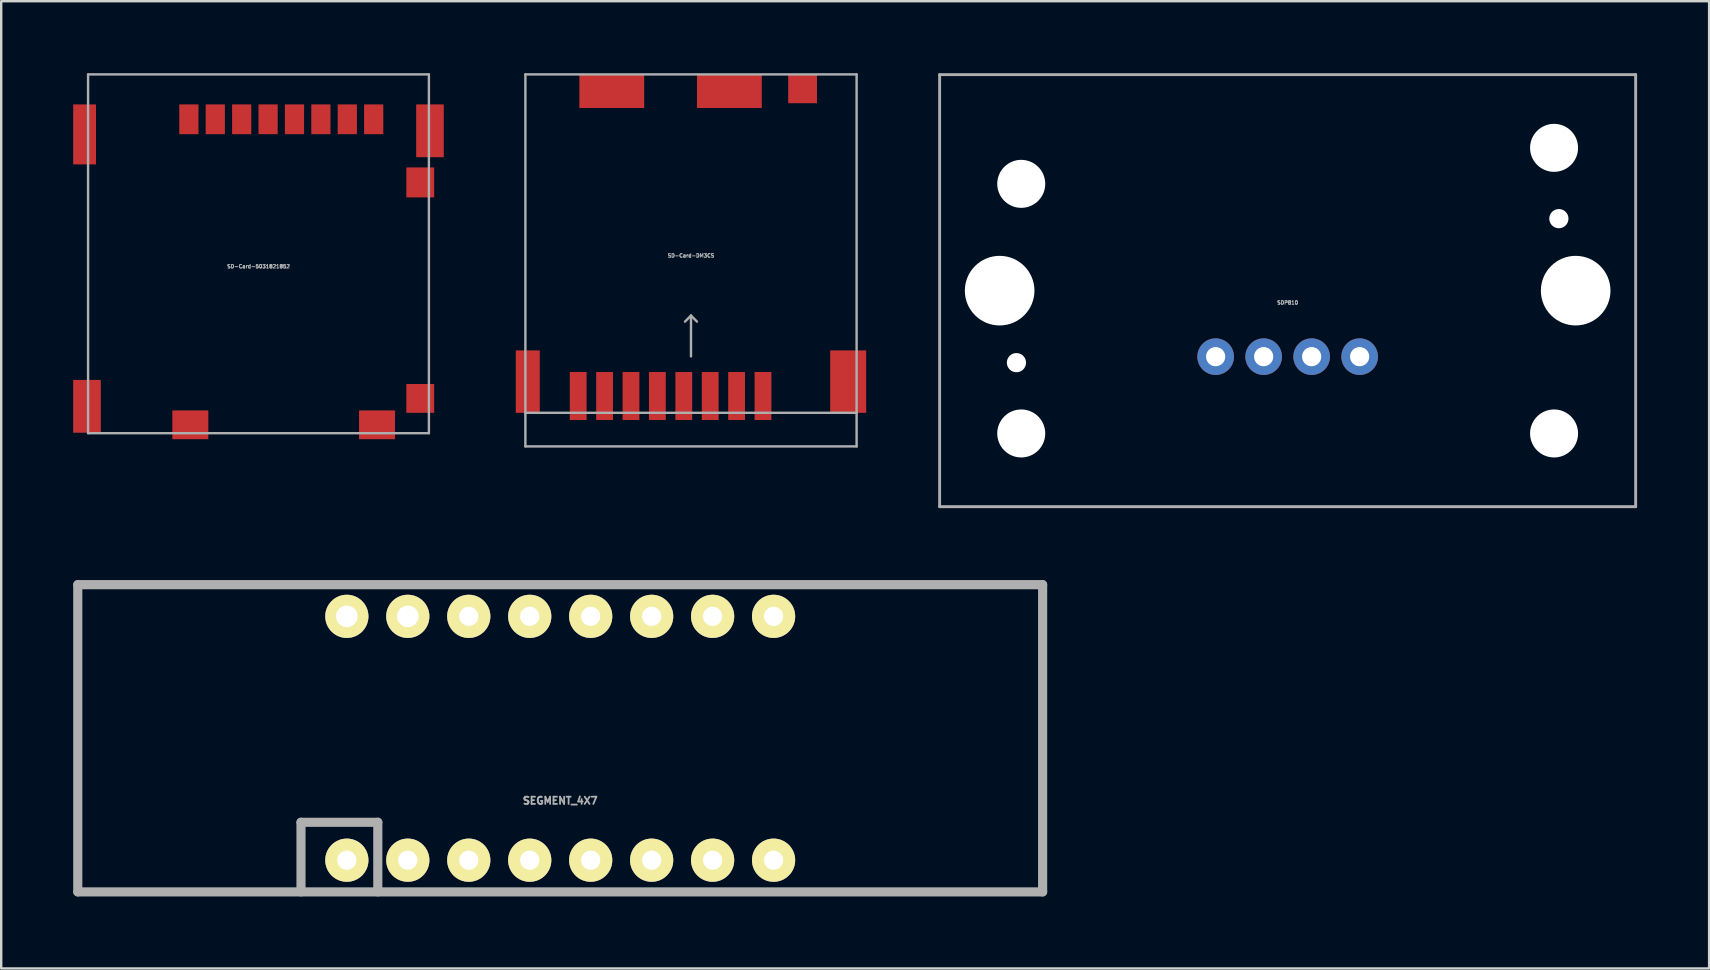
<source format=kicad_pcb>
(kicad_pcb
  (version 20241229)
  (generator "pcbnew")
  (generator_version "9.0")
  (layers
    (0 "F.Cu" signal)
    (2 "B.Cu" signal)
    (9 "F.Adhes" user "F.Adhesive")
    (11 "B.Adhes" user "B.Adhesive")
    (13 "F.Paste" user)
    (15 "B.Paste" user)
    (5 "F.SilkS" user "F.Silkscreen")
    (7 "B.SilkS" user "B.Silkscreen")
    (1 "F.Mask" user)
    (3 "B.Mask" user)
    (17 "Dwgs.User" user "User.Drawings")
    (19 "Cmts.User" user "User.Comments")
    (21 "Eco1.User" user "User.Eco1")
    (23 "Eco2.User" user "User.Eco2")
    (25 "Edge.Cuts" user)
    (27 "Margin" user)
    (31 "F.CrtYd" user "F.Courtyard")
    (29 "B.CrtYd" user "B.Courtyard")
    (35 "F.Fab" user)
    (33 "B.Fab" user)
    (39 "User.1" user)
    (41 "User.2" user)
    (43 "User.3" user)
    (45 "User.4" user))
  (footprint "SD-Card-5031821852"
    (layer "F.Cu")
    (at 7.72 7.55)
    (property "Reference" "SD-Card-5031821852" (at 0 0.5 0) (layer "F.Fab") (effects (font (size 0.15 0.15) (thickness 0.037))))
    (attr through_hole)
    (fp_line (start -7.1 -7.5) (end 7.1 -7.5) (stroke (width 0.1) (type solid)) (layer "F.Fab"))
    (fp_line (start -7.1 7.45) (end -7.1 -7.5) (stroke (width 0.1) (type solid)) (layer "F.Fab"))
    (fp_line (start -7.1 7.45) (end 7.1 7.45) (stroke (width 0.1) (type solid)) (layer "F.Fab"))
    (fp_line (start 7.1 7.45) (end 7.1 -7.5) (stroke (width 0.1) (type solid)) (layer "F.Fab"))
    (pad "" smd rect (at 6.74 -3) (size 1.16 1.25) (layers "F.Cu" "F.Mask" "F.Paste"))
    (pad "" smd rect (at 6.74 6) (size 1.16 1.2) (layers "F.Cu" "F.Mask" "F.Paste"))
    (pad "1" smd rect (at -2.9 -5.63) (size 0.8 1.24) (layers "F.Cu" "F.Mask" "F.Paste"))
    (pad "2" smd rect (at -1.8 -5.63) (size 0.8 1.24) (layers "F.Cu" "F.Mask" "F.Paste"))
    (pad "3" smd rect (at -0.7 -5.63) (size 0.8 1.24) (layers "F.Cu" "F.Mask" "F.Paste"))
    (pad "4" smd rect (at 0.4 -5.63) (size 0.8 1.24) (layers "F.Cu" "F.Mask" "F.Paste"))
    (pad "5" smd rect (at 1.5 -5.63) (size 0.8 1.24) (layers "F.Cu" "F.Mask" "F.Paste"))
    (pad "6" smd rect (at 2.6 -5.63) (size 0.8 1.24) (layers "F.Cu" "F.Mask" "F.Paste"))
    (pad "7" smd rect (at 3.7 -5.63) (size 0.8 1.24) (layers "F.Cu" "F.Mask" "F.Paste"))
    (pad "8" smd rect (at 4.8 -5.63) (size 0.8 1.24) (layers "F.Cu" "F.Mask" "F.Paste"))
    (pad "S" smd rect (at -7.245 -5) (size 0.95 2.5) (layers "F.Cu" "F.Mask" "F.Paste"))
    (pad "S" smd rect (at -7.145 6.33) (size 1.15 2.2) (layers "F.Cu" "F.Mask" "F.Paste"))
    (pad "S" smd rect (at -2.84 7.1) (size 1.5 1.2) (layers "F.Cu" "F.Mask" "F.Paste"))
    (pad "S" smd rect (at 4.94 7.1) (size 1.5 1.2) (layers "F.Cu" "F.Mask" "F.Paste"))
    (pad "S" smd rect (at 7.145 -5.15) (size 1.15 2.2) (layers "F.Cu" "F.Mask" "F.Paste")))
  (footprint "SDP810"
    (layer "F.Cu")
    (at 50.6 9.06)
    (property "Reference" "SDP810" (at 0 0.5 0) (layer "F.Fab") (effects (font (size 0.15 0.15) (thickness 0.037))))
    (attr through_hole)
    (fp_line (start -14.5 -9) (end -14.5 9) (stroke (width 0.12) (type solid)) (layer "F.Fab"))
    (fp_line (start -14.5 9) (end 14.5 9) (stroke (width 0.12) (type solid)) (layer "F.Fab"))
    (fp_line (start 14.5 -9) (end -14.5 -9) (stroke (width 0.12) (type solid)) (layer "F.Fab"))
    (fp_line (start 14.5 9) (end 14.5 -9) (stroke (width 0.12) (type solid)) (layer "F.Fab"))
    (pad "" np_thru_hole circle (at -12 0) (size 2.9 2.9) (drill 2.9) (layers "*.Cu" "*.Mask"))
    (pad "" np_thru_hole circle (at -11.3 3) (size 0.8 0.8) (drill 0.8) (layers "*.Cu" "*.Mask"))
    (pad "" np_thru_hole circle (at -11.1 -4.45) (size 2 2) (drill 2) (layers "*.Cu" "*.Mask"))
    (pad "" np_thru_hole circle (at -11.1 5.95) (size 2 2) (drill 2) (layers "*.Cu" "*.Mask"))
    (pad "" np_thru_hole circle (at 11.1 -5.95) (size 2 2) (drill 2) (layers "*.Cu" "*.Mask"))
    (pad "" np_thru_hole circle (at 11.1 5.95) (size 2 2) (drill 2) (layers "*.Cu" "*.Mask"))
    (pad "" np_thru_hole circle (at 11.3 -3) (size 0.8 0.8) (drill 0.8) (layers "*.Cu" "*.Mask"))
    (pad "" np_thru_hole circle (at 12 0) (size 2.9 2.9) (drill 2.9) (layers "*.Cu" "*.Mask"))
    (pad "1" thru_hole circle (at -3 2.75) (size 1.524 1.524) (drill 0.8) (layers "*.Cu" "*.Mask"))
    (pad "2" thru_hole circle (at -1 2.75) (size 1.524 1.524) (drill 0.8) (layers "*.Cu" "*.Mask"))
    (pad "3" thru_hole circle (at 1 2.75) (size 1.524 1.524) (drill 0.8) (layers "*.Cu" "*.Mask"))
    (pad "4" thru_hole circle (at 3 2.75) (size 1.524 1.524) (drill 0.8) (layers "*.Cu" "*.Mask")))
  (footprint "SEGMENT_4X7"
    (layer "F.Cu")
    (at 20.291 27.71)
    (property "Reference" "SEGMENT_4X7" (at 0 2.6 0) (layer "F.Fab") (effects (font (size 0.3 0.3) (thickness 0.075))))
    (attr through_hole)
    (fp_line (start -20.1 -6.4) (end 20.1 -6.4) (stroke (width 0.381) (type solid)) (layer "F.Fab"))
    (fp_line (start -20.1 6.4) (end -20.1 -6.4) (stroke (width 0.381) (type solid)) (layer "F.Fab"))
    (fp_line (start -10.8 3.5) (end -7.6 3.5) (stroke (width 0.381) (type solid)) (layer "F.Fab"))
    (fp_line (start -10.8 6.4) (end -10.8 3.5) (stroke (width 0.381) (type solid)) (layer "F.Fab"))
    (fp_line (start -7.6 3.5) (end -7.6 6.4) (stroke (width 0.381) (type solid)) (layer "F.Fab"))
    (fp_line (start 20.1 -6.4) (end 20.1 6.4) (stroke (width 0.381) (type solid)) (layer "F.Fab"))
    (fp_line (start 20.1 6.4) (end -20.1 6.4) (stroke (width 0.381) (type solid)) (layer "F.Fab"))
    (pad "1" thru_hole circle (at -8.89 5.08) (size 1.8 1.8) (drill 0.8) (layers "*.Cu" "*.Mask" "F.SilkS"))
    (pad "2" thru_hole circle (at -6.35 5.08) (size 1.8 1.8) (drill 0.8) (layers "*.Cu" "*.Mask" "F.SilkS"))
    (pad "3" thru_hole circle (at -3.81 5.08) (size 1.8 1.8) (drill 0.8) (layers "*.Cu" "*.Mask" "F.SilkS"))
    (pad "4" thru_hole circle (at -1.27 5.08) (size 1.8 1.8) (drill 0.8) (layers "*.Cu" "*.Mask" "F.SilkS"))
    (pad "5" thru_hole circle (at 1.27 5.08) (size 1.8 1.8) (drill 0.8) (layers "*.Cu" "*.Mask" "F.SilkS"))
    (pad "6" thru_hole circle (at 3.81 5.08) (size 1.8 1.8) (drill 0.8) (layers "*.Cu" "*.Mask" "F.SilkS"))
    (pad "7" thru_hole circle (at 6.35 5.08) (size 1.8 1.8) (drill 0.8) (layers "*.Cu" "*.Mask" "F.SilkS"))
    (pad "8" thru_hole circle (at 8.89 5.08) (size 1.8 1.8) (drill 0.8) (layers "*.Cu" "*.Mask" "F.SilkS"))
    (pad "9" thru_hole circle (at 8.89 -5.08) (size 1.8 1.8) (drill 0.8) (layers "*.Cu" "*.Mask" "F.SilkS"))
    (pad "10" thru_hole circle (at 6.35 -5.08) (size 1.8 1.8) (drill 0.8) (layers "*.Cu" "*.Mask" "F.SilkS"))
    (pad "11" thru_hole circle (at 3.81 -5.08) (size 1.8 1.8) (drill 0.8) (layers "*.Cu" "*.Mask" "F.SilkS"))
    (pad "12" thru_hole circle (at 1.27 -5.08) (size 1.8 1.8) (drill 0.8) (layers "*.Cu" "*.Mask" "F.SilkS"))
    (pad "13" thru_hole circle (at -1.27 -5.08) (size 1.8 1.8) (drill 0.8) (layers "*.Cu" "*.Mask" "F.SilkS"))
    (pad "14" thru_hole circle (at -3.81 -5.08) (size 1.8 1.8) (drill 0.8) (layers "*.Cu" "*.Mask" "F.SilkS"))
    (pad "15" thru_hole circle (at -6.35 -5.08) (size 1.8 1.8) (drill 0.9) (layers "*.Cu" "*.Mask" "F.SilkS"))
    (pad "16" thru_hole circle (at -8.89 -5.08) (size 1.8 1.8) (drill 0.9) (layers "*.Cu" "*.Mask" "F.SilkS")))
  (footprint "SD-Card-DM3CS"
    (layer "F.Cu")
    (at 25.74 7.1)
    (property "Reference" "SD-Card-DM3CS" (at 0 0.5 0) (layer "F.Fab") (effects (font (size 0.15 0.15) (thickness 0.037))))
    (attr through_hole)
    (fp_line (start -6.9 -7.05) (end 6.9 -7.05) (stroke (width 0.1) (type solid)) (layer "F.Fab"))
    (fp_line (start -6.9 7.05) (end -6.9 -7.05) (stroke (width 0.1) (type solid)) (layer "F.Fab"))
    (fp_line (start -6.9 8.45) (end -6.9 7.05) (stroke (width 0.1) (type solid)) (layer "F.Fab"))
    (fp_line (start 0 3) (end -0.25 3.25) (stroke (width 0.1) (type solid)) (layer "F.Fab"))
    (fp_line (start 0 3) (end 0.25 3.25) (stroke (width 0.1) (type solid)) (layer "F.Fab"))
    (fp_line (start 0 4.7) (end 0 3) (stroke (width 0.1) (type solid)) (layer "F.Fab"))
    (fp_line (start 6.9 -7.05) (end 6.9 7.05) (stroke (width 0.1) (type solid)) (layer "F.Fab"))
    (fp_line (start 6.9 7.05) (end -6.9 7.05) (stroke (width 0.1) (type solid)) (layer "F.Fab"))
    (fp_line (start 6.9 7.05) (end 6.9 8.45) (stroke (width 0.1) (type solid)) (layer "F.Fab"))
    (fp_line (start 6.9 8.45) (end -6.9 8.45) (stroke (width 0.1) (type solid)) (layer "F.Fab"))
    (pad "1" smd rect (at 3 6.35) (size 0.7 2) (layers "F.Cu" "F.Mask" "F.Paste"))
    (pad "2" smd rect (at 1.9 6.35) (size 0.7 2) (layers "F.Cu" "F.Mask" "F.Paste"))
    (pad "3" smd rect (at 0.8 6.35) (size 0.7 2) (layers "F.Cu" "F.Mask" "F.Paste"))
    (pad "4" smd rect (at -0.3 6.35) (size 0.7 2) (layers "F.Cu" "F.Mask" "F.Paste"))
    (pad "5" smd rect (at -1.4 6.35) (size 0.7 2) (layers "F.Cu" "F.Mask" "F.Paste"))
    (pad "6" smd rect (at -2.5 6.35) (size 0.7 2) (layers "F.Cu" "F.Mask" "F.Paste"))
    (pad "7" smd rect (at -3.6 6.35) (size 0.7 2) (layers "F.Cu" "F.Mask" "F.Paste"))
    (pad "8" smd rect (at -4.7 6.35) (size 0.7 2) (layers "F.Cu" "F.Mask" "F.Paste"))
    (pad "CDS" smd rect (at 1.6 -6.35) (size 2.7 1.4) (layers "F.Cu" "F.Mask" "F.Paste"))
    (pad "S" smd rect (at -6.8 5.75) (size 1 2.6) (layers "F.Cu" "F.Mask" "F.Paste"))
    (pad "S" smd rect (at -3.3 -6.35) (size 2.7 1.4) (layers "F.Cu" "F.Mask" "F.Paste"))
    (pad "S" smd rect (at 4.65 -6.45) (size 1.2 1.2) (layers "F.Cu" "F.Mask" "F.Paste"))
    (pad "S" smd rect (at 6.55 5.75) (size 1.5 2.6) (layers "F.Cu" "F.Mask" "F.Paste")))
  (gr_rect
    (start -3 -3)
    (end 68.16 37.301)
    (stroke (width 0.1) (type default))
    (fill no)
    (layer "Edge.Cuts")))
</source>
